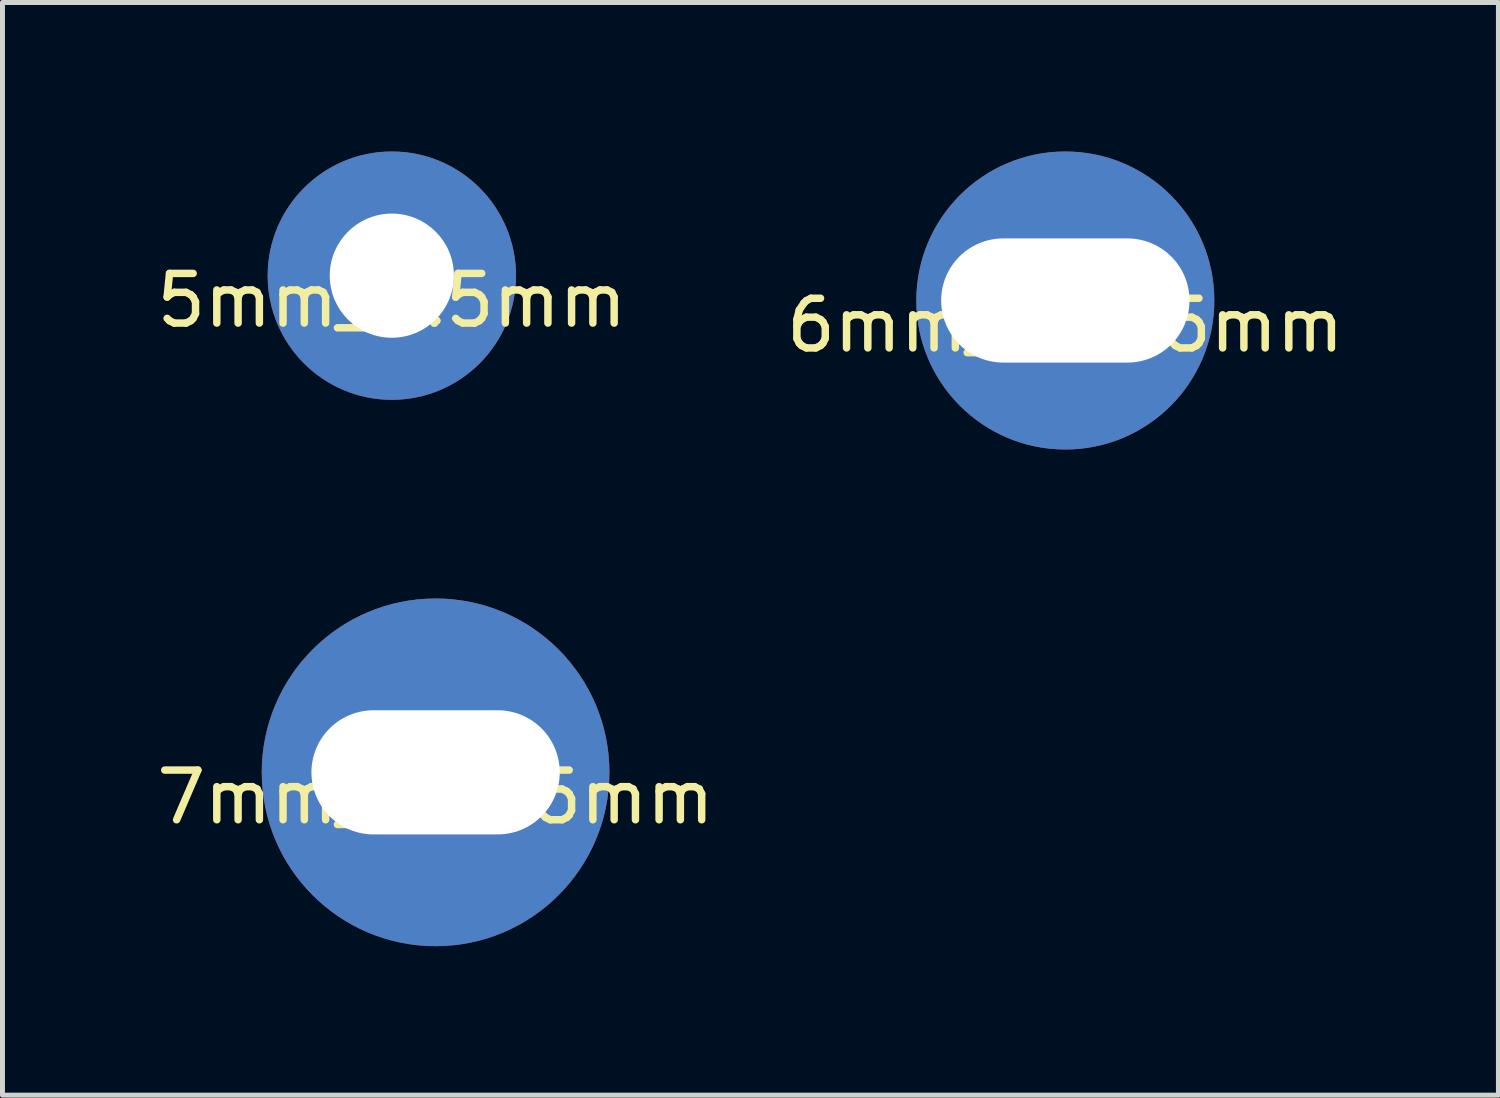
<source format=kicad_pcb>
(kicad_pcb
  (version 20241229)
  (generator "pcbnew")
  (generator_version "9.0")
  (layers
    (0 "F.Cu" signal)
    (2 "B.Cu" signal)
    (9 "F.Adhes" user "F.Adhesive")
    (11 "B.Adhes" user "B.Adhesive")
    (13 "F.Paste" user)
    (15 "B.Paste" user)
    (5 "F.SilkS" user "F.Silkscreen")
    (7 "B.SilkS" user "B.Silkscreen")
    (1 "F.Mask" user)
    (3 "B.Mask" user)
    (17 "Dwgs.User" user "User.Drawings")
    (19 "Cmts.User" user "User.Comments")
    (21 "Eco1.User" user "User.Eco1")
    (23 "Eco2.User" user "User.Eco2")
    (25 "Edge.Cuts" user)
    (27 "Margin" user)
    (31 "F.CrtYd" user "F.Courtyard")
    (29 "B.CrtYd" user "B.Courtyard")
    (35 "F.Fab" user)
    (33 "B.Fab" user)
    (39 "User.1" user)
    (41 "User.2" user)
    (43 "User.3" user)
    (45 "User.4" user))
  (footprint "5mm_2.5mm"
    (layer "F.Cu")
    (at 4.839 2.5)
    (property "Reference" "5mm_2.5mm" (at 0 0.5 0) (layer "F.SilkS") (effects (font (size 1 1) (thickness 0.15))))
    (attr through_hole)
    (pad "1" thru_hole circle (at 0 0) (size 5 5) (drill 2.5) (layers "*.Cu" "*.Mask")))
  (footprint "6mm_2.5x5mm"
    (layer "F.Cu")
    (at 18.399 3)
    (property "Reference" "6mm_2.5x5mm" (at 0 0.5 0) (layer "F.SilkS") (effects (font (size 1 1) (thickness 0.15))))
    (attr through_hole)
    (pad "1" thru_hole circle (at 0 0) (size 6 6) (drill oval 5 2.5) (layers "*.Cu" "*.Mask")))
  (footprint "7mm_2.5x5mm"
    (layer "F.Cu")
    (at 5.72 12.5)
    (property "Reference" "7mm_2.5x5mm" (at 0 0.5 0) (layer "F.SilkS") (effects (font (size 1 1) (thickness 0.15))))
    (attr through_hole)
    (pad "1" thru_hole circle (at 0 0) (size 7 7) (drill oval 5 2.5) (layers "*.Cu" "*.Mask")))
  (gr_rect
    (start -3 -3)
    (end 27.119 19)
    (stroke (width 0.1) (type default))
    (fill no)
    (layer "Edge.Cuts")))
</source>
